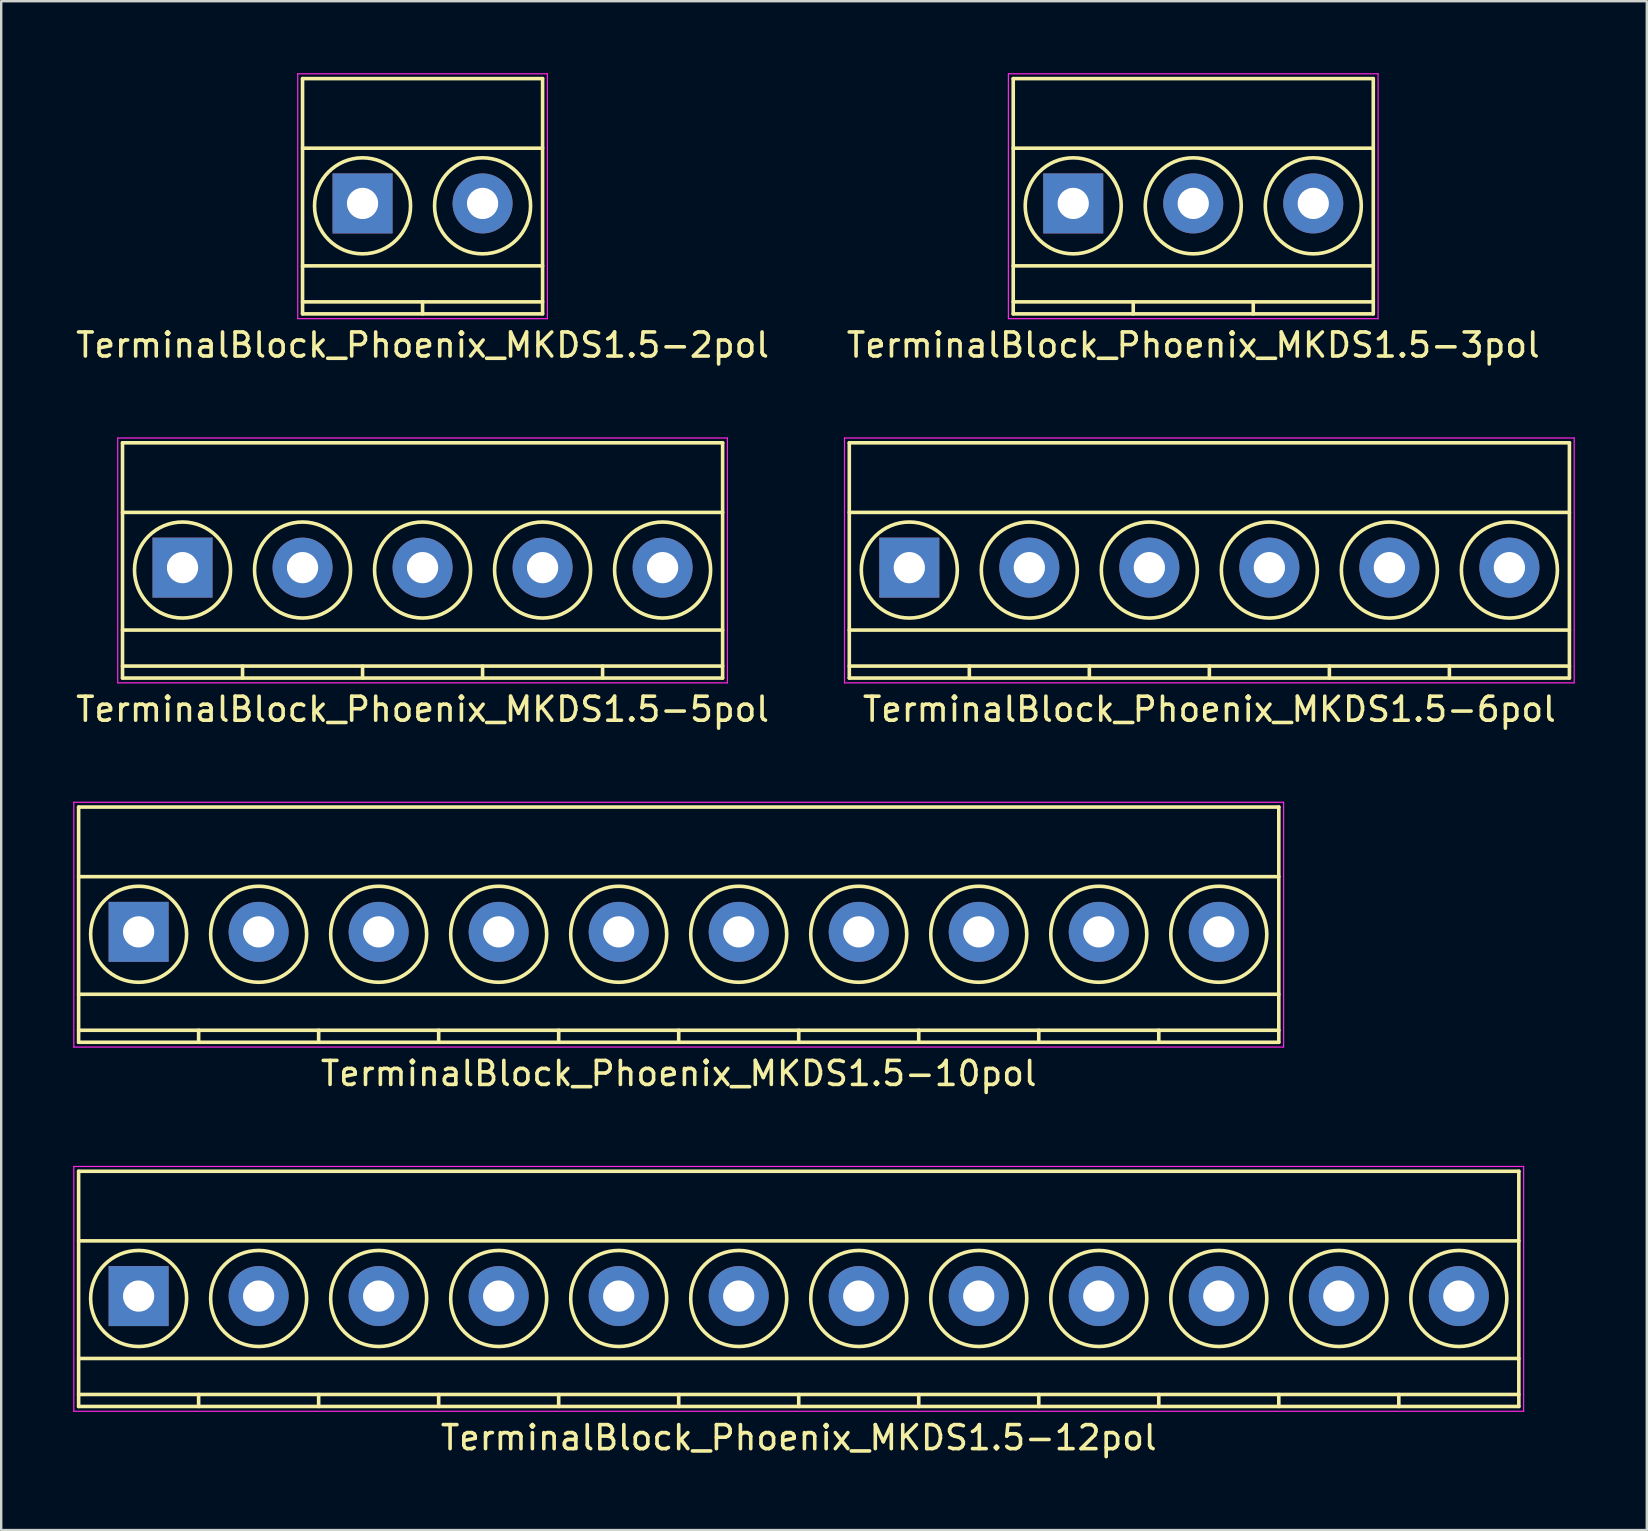
<source format=kicad_pcb>
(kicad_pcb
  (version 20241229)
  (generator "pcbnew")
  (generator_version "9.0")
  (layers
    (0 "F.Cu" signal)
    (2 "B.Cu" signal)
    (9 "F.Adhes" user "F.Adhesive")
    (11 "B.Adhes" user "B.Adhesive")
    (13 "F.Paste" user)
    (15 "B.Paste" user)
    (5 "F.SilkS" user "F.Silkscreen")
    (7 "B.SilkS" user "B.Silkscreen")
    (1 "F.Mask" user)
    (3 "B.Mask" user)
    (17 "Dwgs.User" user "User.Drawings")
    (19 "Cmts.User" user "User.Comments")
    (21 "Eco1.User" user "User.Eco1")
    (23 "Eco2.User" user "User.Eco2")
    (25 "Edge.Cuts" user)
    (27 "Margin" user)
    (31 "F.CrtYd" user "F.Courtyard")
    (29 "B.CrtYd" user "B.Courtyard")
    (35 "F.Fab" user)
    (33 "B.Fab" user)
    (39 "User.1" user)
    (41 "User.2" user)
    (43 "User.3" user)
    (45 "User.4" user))
  (footprint "TerminalBlock_Phoenix_MKDS1.5-2pol"
    (layer "F.Cu")
    (at 12.054 5.425)
    (property "Reference" "TerminalBlock_Phoenix_MKDS1.5-2pol" (at 2.5 5.9 0) (layer "F.SilkS") (effects (font (size 1 1) (thickness 0.15))))
    (attr through_hole)
    (fp_line (start -2.5 -5.2) (end -2.5 4.6) (stroke (width 0.15) (type solid)) (layer "F.SilkS"))
    (fp_line (start -2.5 -2.3) (end 7.5 -2.3) (stroke (width 0.15) (type solid)) (layer "F.SilkS"))
    (fp_line (start -2.5 2.6) (end 7.5 2.6) (stroke (width 0.15) (type solid)) (layer "F.SilkS"))
    (fp_line (start -2.5 4.1) (end 7.5 4.1) (stroke (width 0.15) (type solid)) (layer "F.SilkS"))
    (fp_line (start -2.5 4.6) (end 7.5 4.6) (stroke (width 0.15) (type solid)) (layer "F.SilkS"))
    (fp_line (start 2.5 4.1) (end 2.5 4.6) (stroke (width 0.15) (type solid)) (layer "F.SilkS"))
    (fp_line (start 7.5 -5.2) (end -2.5 -5.2) (stroke (width 0.15) (type solid)) (layer "F.SilkS"))
    (fp_line (start 7.5 4.6) (end 7.5 -5.2) (stroke (width 0.15) (type solid)) (layer "F.SilkS"))
    (fp_circle (center 0 0.1) (end 2 0.1) (stroke (width 0.15) (type solid)) (fill no) (layer "F.SilkS"))
    (fp_circle (center 5 0.1) (end 3 0.1) (stroke (width 0.15) (type solid)) (fill no) (layer "F.SilkS"))
    (fp_line (start -2.7 -5.4) (end 7.7 -5.4) (stroke (width 0.05) (type solid)) (layer "F.CrtYd"))
    (fp_line (start -2.7 4.8) (end -2.7 -5.4) (stroke (width 0.05) (type solid)) (layer "F.CrtYd"))
    (fp_line (start 7.7 -5.4) (end 7.7 4.8) (stroke (width 0.05) (type solid)) (layer "F.CrtYd"))
    (fp_line (start 7.7 4.8) (end -2.7 4.8) (stroke (width 0.05) (type solid)) (layer "F.CrtYd"))
    (pad "1" thru_hole rect (at 0 0) (size 2.5 2.5) (drill 1.3) (layers "*.Cu" "*.Mask"))
    (pad "2" thru_hole circle (at 5 0) (size 2.5 2.5) (drill 1.3) (layers "*.Cu" "*.Mask")))
  (footprint "TerminalBlock_Phoenix_MKDS1.5-3pol"
    (layer "F.Cu")
    (at 41.661 5.425)
    (property "Reference" "TerminalBlock_Phoenix_MKDS1.5-3pol" (at 5 5.9 0) (layer "F.SilkS") (effects (font (size 1 1) (thickness 0.15))))
    (attr through_hole)
    (fp_line (start -2.5 -5.2) (end -2.5 4.6) (stroke (width 0.15) (type solid)) (layer "F.SilkS"))
    (fp_line (start -2.5 -2.3) (end 12.5 -2.3) (stroke (width 0.15) (type solid)) (layer "F.SilkS"))
    (fp_line (start -2.5 2.6) (end 12.5 2.6) (stroke (width 0.15) (type solid)) (layer "F.SilkS"))
    (fp_line (start -2.5 4.1) (end 12.5 4.1) (stroke (width 0.15) (type solid)) (layer "F.SilkS"))
    (fp_line (start -2.5 4.6) (end 12.5 4.6) (stroke (width 0.15) (type solid)) (layer "F.SilkS"))
    (fp_line (start 2.5 4.1) (end 2.5 4.6) (stroke (width 0.15) (type solid)) (layer "F.SilkS"))
    (fp_line (start 7.5 4.1) (end 7.5 4.6) (stroke (width 0.15) (type solid)) (layer "F.SilkS"))
    (fp_line (start 12.5 -5.2) (end -2.5 -5.2) (stroke (width 0.15) (type solid)) (layer "F.SilkS"))
    (fp_line (start 12.5 4.6) (end 12.5 -5.2) (stroke (width 0.15) (type solid)) (layer "F.SilkS"))
    (fp_circle (center 0 0.1) (end 2 0.1) (stroke (width 0.15) (type solid)) (fill no) (layer "F.SilkS"))
    (fp_circle (center 5 0.1) (end 3 0.1) (stroke (width 0.15) (type solid)) (fill no) (layer "F.SilkS"))
    (fp_circle (center 10 0.1) (end 8 0.1) (stroke (width 0.15) (type solid)) (fill no) (layer "F.SilkS"))
    (fp_line (start -2.7 -5.4) (end 12.7 -5.4) (stroke (width 0.05) (type solid)) (layer "F.CrtYd"))
    (fp_line (start -2.7 4.8) (end -2.7 -5.4) (stroke (width 0.05) (type solid)) (layer "F.CrtYd"))
    (fp_line (start 12.7 -5.4) (end 12.7 4.8) (stroke (width 0.05) (type solid)) (layer "F.CrtYd"))
    (fp_line (start 12.7 4.8) (end -2.7 4.8) (stroke (width 0.05) (type solid)) (layer "F.CrtYd"))
    (pad "1" thru_hole rect (at 0 0) (size 2.5 2.5) (drill 1.3) (layers "*.Cu" "*.Mask"))
    (pad "2" thru_hole circle (at 5 0) (size 2.5 2.5) (drill 1.3) (layers "*.Cu" "*.Mask"))
    (pad "3" thru_hole circle (at 10 0) (size 2.5 2.5) (drill 1.3) (layers "*.Cu" "*.Mask")))
  (footprint "TerminalBlock_Phoenix_MKDS1.5-12pol"
    (layer "F.Cu")
    (at 2.725 50.945)
    (property "Reference" "TerminalBlock_Phoenix_MKDS1.5-12pol" (at 27.5 5.9 0) (layer "F.SilkS") (effects (font (size 1 1) (thickness 0.15))))
    (attr through_hole)
    (fp_line (start -2.5 -5.2) (end -2.5 4.6) (stroke (width 0.15) (type solid)) (layer "F.SilkS"))
    (fp_line (start -2.5 -2.3) (end 57.5 -2.3) (stroke (width 0.15) (type solid)) (layer "F.SilkS"))
    (fp_line (start -2.5 2.6) (end 57.5 2.6) (stroke (width 0.15) (type solid)) (layer "F.SilkS"))
    (fp_line (start -2.5 4.1) (end 57.5 4.1) (stroke (width 0.15) (type solid)) (layer "F.SilkS"))
    (fp_line (start -2.5 4.6) (end 57.5 4.6) (stroke (width 0.15) (type solid)) (layer "F.SilkS"))
    (fp_line (start 2.5 4.1) (end 2.5 4.6) (stroke (width 0.15) (type solid)) (layer "F.SilkS"))
    (fp_line (start 7.5 4.1) (end 7.5 4.6) (stroke (width 0.15) (type solid)) (layer "F.SilkS"))
    (fp_line (start 12.5 4.1) (end 12.5 4.6) (stroke (width 0.15) (type solid)) (layer "F.SilkS"))
    (fp_line (start 17.5 4.1) (end 17.5 4.6) (stroke (width 0.15) (type solid)) (layer "F.SilkS"))
    (fp_line (start 22.5 4.1) (end 22.5 4.6) (stroke (width 0.15) (type solid)) (layer "F.SilkS"))
    (fp_line (start 27.5 4.1) (end 27.5 4.6) (stroke (width 0.15) (type solid)) (layer "F.SilkS"))
    (fp_line (start 32.5 4.1) (end 32.5 4.6) (stroke (width 0.15) (type solid)) (layer "F.SilkS"))
    (fp_line (start 37.5 4.1) (end 37.5 4.6) (stroke (width 0.15) (type solid)) (layer "F.SilkS"))
    (fp_line (start 42.5 4.1) (end 42.5 4.6) (stroke (width 0.15) (type solid)) (layer "F.SilkS"))
    (fp_line (start 47.5 4.1) (end 47.5 4.6) (stroke (width 0.15) (type solid)) (layer "F.SilkS"))
    (fp_line (start 52.5 4.1) (end 52.5 4.6) (stroke (width 0.15) (type solid)) (layer "F.SilkS"))
    (fp_line (start 57.5 -5.2) (end -2.5 -5.2) (stroke (width 0.15) (type solid)) (layer "F.SilkS"))
    (fp_line (start 57.5 4.6) (end 57.5 -5.2) (stroke (width 0.15) (type solid)) (layer "F.SilkS"))
    (fp_circle (center 0 0.1) (end 2 0.1) (stroke (width 0.15) (type solid)) (fill no) (layer "F.SilkS"))
    (fp_circle (center 5 0.1) (end 3 0.1) (stroke (width 0.15) (type solid)) (fill no) (layer "F.SilkS"))
    (fp_circle (center 10 0.1) (end 8 0.1) (stroke (width 0.15) (type solid)) (fill no) (layer "F.SilkS"))
    (fp_circle (center 15 0.1) (end 13 0.1) (stroke (width 0.15) (type solid)) (fill no) (layer "F.SilkS"))
    (fp_circle (center 20 0.1) (end 18 0.1) (stroke (width 0.15) (type solid)) (fill no) (layer "F.SilkS"))
    (fp_circle (center 25 0.1) (end 23 0.1) (stroke (width 0.15) (type solid)) (fill no) (layer "F.SilkS"))
    (fp_circle (center 30 0.1) (end 28 0.1) (stroke (width 0.15) (type solid)) (fill no) (layer "F.SilkS"))
    (fp_circle (center 35 0.1) (end 33 0.1) (stroke (width 0.15) (type solid)) (fill no) (layer "F.SilkS"))
    (fp_circle (center 40 0.1) (end 38 0.1) (stroke (width 0.15) (type solid)) (fill no) (layer "F.SilkS"))
    (fp_circle (center 45 0.1) (end 43 0.1) (stroke (width 0.15) (type solid)) (fill no) (layer "F.SilkS"))
    (fp_circle (center 50 0.1) (end 48 0.1) (stroke (width 0.15) (type solid)) (fill no) (layer "F.SilkS"))
    (fp_circle (center 55 0.1) (end 53 0.1) (stroke (width 0.15) (type solid)) (fill no) (layer "F.SilkS"))
    (fp_line (start -2.7 -5.4) (end 57.7 -5.4) (stroke (width 0.05) (type solid)) (layer "F.CrtYd"))
    (fp_line (start -2.7 4.8) (end -2.7 -5.4) (stroke (width 0.05) (type solid)) (layer "F.CrtYd"))
    (fp_line (start 57.7 -5.4) (end 57.7 4.8) (stroke (width 0.05) (type solid)) (layer "F.CrtYd"))
    (fp_line (start 57.7 4.8) (end -2.7 4.8) (stroke (width 0.05) (type solid)) (layer "F.CrtYd"))
    (pad "1" thru_hole rect (at 0 0) (size 2.5 2.5) (drill 1.3) (layers "*.Cu" "*.Mask"))
    (pad "2" thru_hole circle (at 5 0) (size 2.5 2.5) (drill 1.3) (layers "*.Cu" "*.Mask"))
    (pad "3" thru_hole circle (at 10 0) (size 2.5 2.5) (drill 1.3) (layers "*.Cu" "*.Mask"))
    (pad "4" thru_hole circle (at 15 0) (size 2.5 2.5) (drill 1.3) (layers "*.Cu" "*.Mask"))
    (pad "5" thru_hole circle (at 20 0) (size 2.5 2.5) (drill 1.3) (layers "*.Cu" "*.Mask"))
    (pad "6" thru_hole circle (at 25 0) (size 2.5 2.5) (drill 1.3) (layers "*.Cu" "*.Mask"))
    (pad "7" thru_hole circle (at 30 0) (size 2.5 2.5) (drill 1.3) (layers "*.Cu" "*.Mask"))
    (pad "8" thru_hole circle (at 35 0) (size 2.5 2.5) (drill 1.3) (layers "*.Cu" "*.Mask"))
    (pad "9" thru_hole circle (at 40 0) (size 2.5 2.5) (drill 1.3) (layers "*.Cu" "*.Mask"))
    (pad "10" thru_hole circle (at 45 0) (size 2.5 2.5) (drill 1.3) (layers "*.Cu" "*.Mask"))
    (pad "11" thru_hole circle (at 50 0) (size 2.5 2.5) (drill 1.3) (layers "*.Cu" "*.Mask"))
    (pad "12" thru_hole circle (at 55 0) (size 2.5 2.5) (drill 1.3) (layers "*.Cu" "*.Mask")))
  (footprint "TerminalBlock_Phoenix_MKDS1.5-5pol"
    (layer "F.Cu")
    (at 4.554 20.598)
    (property "Reference" "TerminalBlock_Phoenix_MKDS1.5-5pol" (at 10 5.9 0) (layer "F.SilkS") (effects (font (size 1 1) (thickness 0.15))))
    (attr through_hole)
    (fp_line (start -2.5 -5.2) (end -2.5 4.6) (stroke (width 0.15) (type solid)) (layer "F.SilkS"))
    (fp_line (start -2.5 -2.3) (end 22.5 -2.3) (stroke (width 0.15) (type solid)) (layer "F.SilkS"))
    (fp_line (start -2.5 2.6) (end 22.5 2.6) (stroke (width 0.15) (type solid)) (layer "F.SilkS"))
    (fp_line (start -2.5 4.1) (end 22.5 4.1) (stroke (width 0.15) (type solid)) (layer "F.SilkS"))
    (fp_line (start -2.5 4.6) (end 22.5 4.6) (stroke (width 0.15) (type solid)) (layer "F.SilkS"))
    (fp_line (start 2.5 4.1) (end 2.5 4.6) (stroke (width 0.15) (type solid)) (layer "F.SilkS"))
    (fp_line (start 7.5 4.1) (end 7.5 4.6) (stroke (width 0.15) (type solid)) (layer "F.SilkS"))
    (fp_line (start 12.5 4.1) (end 12.5 4.6) (stroke (width 0.15) (type solid)) (layer "F.SilkS"))
    (fp_line (start 17.5 4.1) (end 17.5 4.6) (stroke (width 0.15) (type solid)) (layer "F.SilkS"))
    (fp_line (start 22.5 -5.2) (end -2.5 -5.2) (stroke (width 0.15) (type solid)) (layer "F.SilkS"))
    (fp_line (start 22.5 4.6) (end 22.5 -5.2) (stroke (width 0.15) (type solid)) (layer "F.SilkS"))
    (fp_circle (center 0 0.1) (end 2 0.1) (stroke (width 0.15) (type solid)) (fill no) (layer "F.SilkS"))
    (fp_circle (center 5 0.1) (end 3 0.1) (stroke (width 0.15) (type solid)) (fill no) (layer "F.SilkS"))
    (fp_circle (center 10 0.1) (end 8 0.1) (stroke (width 0.15) (type solid)) (fill no) (layer "F.SilkS"))
    (fp_circle (center 15 0.1) (end 13 0.1) (stroke (width 0.15) (type solid)) (fill no) (layer "F.SilkS"))
    (fp_circle (center 20 0.1) (end 18 0.1) (stroke (width 0.15) (type solid)) (fill no) (layer "F.SilkS"))
    (fp_line (start -2.7 -5.4) (end -2.7 4.8) (stroke (width 0.05) (type solid)) (layer "F.CrtYd"))
    (fp_line (start -2.7 4.8) (end 22.7 4.8) (stroke (width 0.05) (type solid)) (layer "F.CrtYd"))
    (fp_line (start 22.7 -5.4) (end -2.7 -5.4) (stroke (width 0.05) (type solid)) (layer "F.CrtYd"))
    (fp_line (start 22.7 4.8) (end 22.7 -5.4) (stroke (width 0.05) (type solid)) (layer "F.CrtYd"))
    (pad "1" thru_hole rect (at 0 0) (size 2.5 2.5) (drill 1.3) (layers "*.Cu" "*.Mask"))
    (pad "2" thru_hole circle (at 5 0) (size 2.5 2.5) (drill 1.3) (layers "*.Cu" "*.Mask"))
    (pad "3" thru_hole circle (at 10 0) (size 2.5 2.5) (drill 1.3) (layers "*.Cu" "*.Mask"))
    (pad "4" thru_hole circle (at 15 0) (size 2.5 2.5) (drill 1.3) (layers "*.Cu" "*.Mask"))
    (pad "5" thru_hole circle (at 20 0) (size 2.5 2.5) (drill 1.3) (layers "*.Cu" "*.Mask")))
  (footprint "TerminalBlock_Phoenix_MKDS1.5-10pol"
    (layer "F.Cu")
    (at 2.725 35.772)
    (property "Reference" "TerminalBlock_Phoenix_MKDS1.5-10pol" (at 22.5 5.9 0) (layer "F.SilkS") (effects (font (size 1 1) (thickness 0.15))))
    (attr through_hole)
    (fp_line (start -2.5 -5.2) (end -2.5 4.6) (stroke (width 0.15) (type solid)) (layer "F.SilkS"))
    (fp_line (start -2.5 -2.3) (end 47.5 -2.3) (stroke (width 0.15) (type solid)) (layer "F.SilkS"))
    (fp_line (start -2.5 2.6) (end 47.5 2.6) (stroke (width 0.15) (type solid)) (layer "F.SilkS"))
    (fp_line (start -2.5 4.1) (end 47.5 4.1) (stroke (width 0.15) (type solid)) (layer "F.SilkS"))
    (fp_line (start -2.5 4.6) (end 47.5 4.6) (stroke (width 0.15) (type solid)) (layer "F.SilkS"))
    (fp_line (start 2.5 4.1) (end 2.5 4.6) (stroke (width 0.15) (type solid)) (layer "F.SilkS"))
    (fp_line (start 7.5 4.1) (end 7.5 4.6) (stroke (width 0.15) (type solid)) (layer "F.SilkS"))
    (fp_line (start 12.5 4.1) (end 12.5 4.6) (stroke (width 0.15) (type solid)) (layer "F.SilkS"))
    (fp_line (start 17.5 4.1) (end 17.5 4.6) (stroke (width 0.15) (type solid)) (layer "F.SilkS"))
    (fp_line (start 22.5 4.1) (end 22.5 4.6) (stroke (width 0.15) (type solid)) (layer "F.SilkS"))
    (fp_line (start 27.5 4.1) (end 27.5 4.6) (stroke (width 0.15) (type solid)) (layer "F.SilkS"))
    (fp_line (start 32.5 4.1) (end 32.5 4.6) (stroke (width 0.15) (type solid)) (layer "F.SilkS"))
    (fp_line (start 37.5 4.1) (end 37.5 4.6) (stroke (width 0.15) (type solid)) (layer "F.SilkS"))
    (fp_line (start 42.5 4.1) (end 42.5 4.6) (stroke (width 0.15) (type solid)) (layer "F.SilkS"))
    (fp_line (start 47.5 -5.2) (end -2.5 -5.2) (stroke (width 0.15) (type solid)) (layer "F.SilkS"))
    (fp_line (start 47.5 4.6) (end 47.5 -5.2) (stroke (width 0.15) (type solid)) (layer "F.SilkS"))
    (fp_circle (center 0 0.1) (end 2 0.1) (stroke (width 0.15) (type solid)) (fill no) (layer "F.SilkS"))
    (fp_circle (center 5 0.1) (end 3 0.1) (stroke (width 0.15) (type solid)) (fill no) (layer "F.SilkS"))
    (fp_circle (center 10 0.1) (end 8 0.1) (stroke (width 0.15) (type solid)) (fill no) (layer "F.SilkS"))
    (fp_circle (center 15 0.1) (end 13 0.1) (stroke (width 0.15) (type solid)) (fill no) (layer "F.SilkS"))
    (fp_circle (center 20 0.1) (end 18 0.1) (stroke (width 0.15) (type solid)) (fill no) (layer "F.SilkS"))
    (fp_circle (center 25 0.1) (end 23 0.1) (stroke (width 0.15) (type solid)) (fill no) (layer "F.SilkS"))
    (fp_circle (center 30 0.1) (end 28 0.1) (stroke (width 0.15) (type solid)) (fill no) (layer "F.SilkS"))
    (fp_circle (center 35 0.1) (end 33 0.1) (stroke (width 0.15) (type solid)) (fill no) (layer "F.SilkS"))
    (fp_circle (center 40 0.1) (end 38 0.1) (stroke (width 0.15) (type solid)) (fill no) (layer "F.SilkS"))
    (fp_circle (center 45 0.1) (end 43 0.1) (stroke (width 0.15) (type solid)) (fill no) (layer "F.SilkS"))
    (fp_line (start -2.7 -5.4) (end -2.7 4.8) (stroke (width 0.05) (type solid)) (layer "F.CrtYd"))
    (fp_line (start -2.7 4.8) (end 47.7 4.8) (stroke (width 0.05) (type solid)) (layer "F.CrtYd"))
    (fp_line (start 47.7 -5.4) (end -2.7 -5.4) (stroke (width 0.05) (type solid)) (layer "F.CrtYd"))
    (fp_line (start 47.7 4.8) (end 47.7 -5.4) (stroke (width 0.05) (type solid)) (layer "F.CrtYd"))
    (pad "1" thru_hole rect (at 0 0) (size 2.5 2.5) (drill 1.3) (layers "*.Cu" "*.Mask"))
    (pad "2" thru_hole circle (at 5 0) (size 2.5 2.5) (drill 1.3) (layers "*.Cu" "*.Mask"))
    (pad "3" thru_hole circle (at 10 0) (size 2.5 2.5) (drill 1.3) (layers "*.Cu" "*.Mask"))
    (pad "4" thru_hole circle (at 15 0) (size 2.5 2.5) (drill 1.3) (layers "*.Cu" "*.Mask"))
    (pad "5" thru_hole circle (at 20 0) (size 2.5 2.5) (drill 1.3) (layers "*.Cu" "*.Mask"))
    (pad "6" thru_hole circle (at 25 0) (size 2.5 2.5) (drill 1.3) (layers "*.Cu" "*.Mask"))
    (pad "7" thru_hole circle (at 30 0) (size 2.5 2.5) (drill 1.3) (layers "*.Cu" "*.Mask"))
    (pad "8" thru_hole circle (at 35 0) (size 2.5 2.5) (drill 1.3) (layers "*.Cu" "*.Mask"))
    (pad "9" thru_hole circle (at 40 0) (size 2.5 2.5) (drill 1.3) (layers "*.Cu" "*.Mask"))
    (pad "10" thru_hole circle (at 45 0) (size 2.5 2.5) (drill 1.3) (layers "*.Cu" "*.Mask")))
  (footprint "TerminalBlock_Phoenix_MKDS1.5-6pol"
    (layer "F.Cu")
    (at 34.832 20.598)
    (property "Reference" "TerminalBlock_Phoenix_MKDS1.5-6pol" (at 12.5 5.9 0) (layer "F.SilkS") (effects (font (size 1 1) (thickness 0.15))))
    (attr through_hole)
    (fp_line (start -2.5 -5.2) (end -2.5 4.6) (stroke (width 0.15) (type solid)) (layer "F.SilkS"))
    (fp_line (start -2.5 -2.3) (end 27.5 -2.3) (stroke (width 0.15) (type solid)) (layer "F.SilkS"))
    (fp_line (start -2.5 2.6) (end 27.5 2.6) (stroke (width 0.15) (type solid)) (layer "F.SilkS"))
    (fp_line (start -2.5 4.1) (end 27.5 4.1) (stroke (width 0.15) (type solid)) (layer "F.SilkS"))
    (fp_line (start -2.5 4.6) (end 27.5 4.6) (stroke (width 0.15) (type solid)) (layer "F.SilkS"))
    (fp_line (start 2.5 4.1) (end 2.5 4.6) (stroke (width 0.15) (type solid)) (layer "F.SilkS"))
    (fp_line (start 7.5 4.1) (end 7.5 4.6) (stroke (width 0.15) (type solid)) (layer "F.SilkS"))
    (fp_line (start 12.5 4.1) (end 12.5 4.6) (stroke (width 0.15) (type solid)) (layer "F.SilkS"))
    (fp_line (start 17.5 4.1) (end 17.5 4.6) (stroke (width 0.15) (type solid)) (layer "F.SilkS"))
    (fp_line (start 22.5 4.1) (end 22.5 4.6) (stroke (width 0.15) (type solid)) (layer "F.SilkS"))
    (fp_line (start 27.5 -5.2) (end -2.5 -5.2) (stroke (width 0.15) (type solid)) (layer "F.SilkS"))
    (fp_line (start 27.5 4.6) (end 27.5 -5.2) (stroke (width 0.15) (type solid)) (layer "F.SilkS"))
    (fp_circle (center 0 0.1) (end 2 0.1) (stroke (width 0.15) (type solid)) (fill no) (layer "F.SilkS"))
    (fp_circle (center 5 0.1) (end 3 0.1) (stroke (width 0.15) (type solid)) (fill no) (layer "F.SilkS"))
    (fp_circle (center 10 0.1) (end 8 0.1) (stroke (width 0.15) (type solid)) (fill no) (layer "F.SilkS"))
    (fp_circle (center 15 0.1) (end 13 0.1) (stroke (width 0.15) (type solid)) (fill no) (layer "F.SilkS"))
    (fp_circle (center 20 0.1) (end 18 0.1) (stroke (width 0.15) (type solid)) (fill no) (layer "F.SilkS"))
    (fp_circle (center 25 0.1) (end 23 0.1) (stroke (width 0.15) (type solid)) (fill no) (layer "F.SilkS"))
    (fp_line (start -2.7 -5.4) (end 27.7 -5.4) (stroke (width 0.05) (type solid)) (layer "F.CrtYd"))
    (fp_line (start -2.7 4.8) (end -2.7 -5.4) (stroke (width 0.05) (type solid)) (layer "F.CrtYd"))
    (fp_line (start 27.7 -5.4) (end 27.7 4.8) (stroke (width 0.05) (type solid)) (layer "F.CrtYd"))
    (fp_line (start 27.7 4.8) (end -2.7 4.8) (stroke (width 0.05) (type solid)) (layer "F.CrtYd"))
    (pad "1" thru_hole rect (at 0 0) (size 2.5 2.5) (drill 1.3) (layers "*.Cu" "*.Mask"))
    (pad "2" thru_hole circle (at 5 0) (size 2.5 2.5) (drill 1.3) (layers "*.Cu" "*.Mask"))
    (pad "3" thru_hole circle (at 10 0) (size 2.5 2.5) (drill 1.3) (layers "*.Cu" "*.Mask"))
    (pad "4" thru_hole circle (at 15 0) (size 2.5 2.5) (drill 1.3) (layers "*.Cu" "*.Mask"))
    (pad "5" thru_hole circle (at 20 0) (size 2.5 2.5) (drill 1.3) (layers "*.Cu" "*.Mask"))
    (pad "6" thru_hole circle (at 25 0) (size 2.5 2.5) (drill 1.3) (layers "*.Cu" "*.Mask")))
  (gr_rect
    (start -3 -3)
    (end 65.557 60.693)
    (stroke (width 0.1) (type default))
    (fill no)
    (layer "Edge.Cuts")))
</source>
